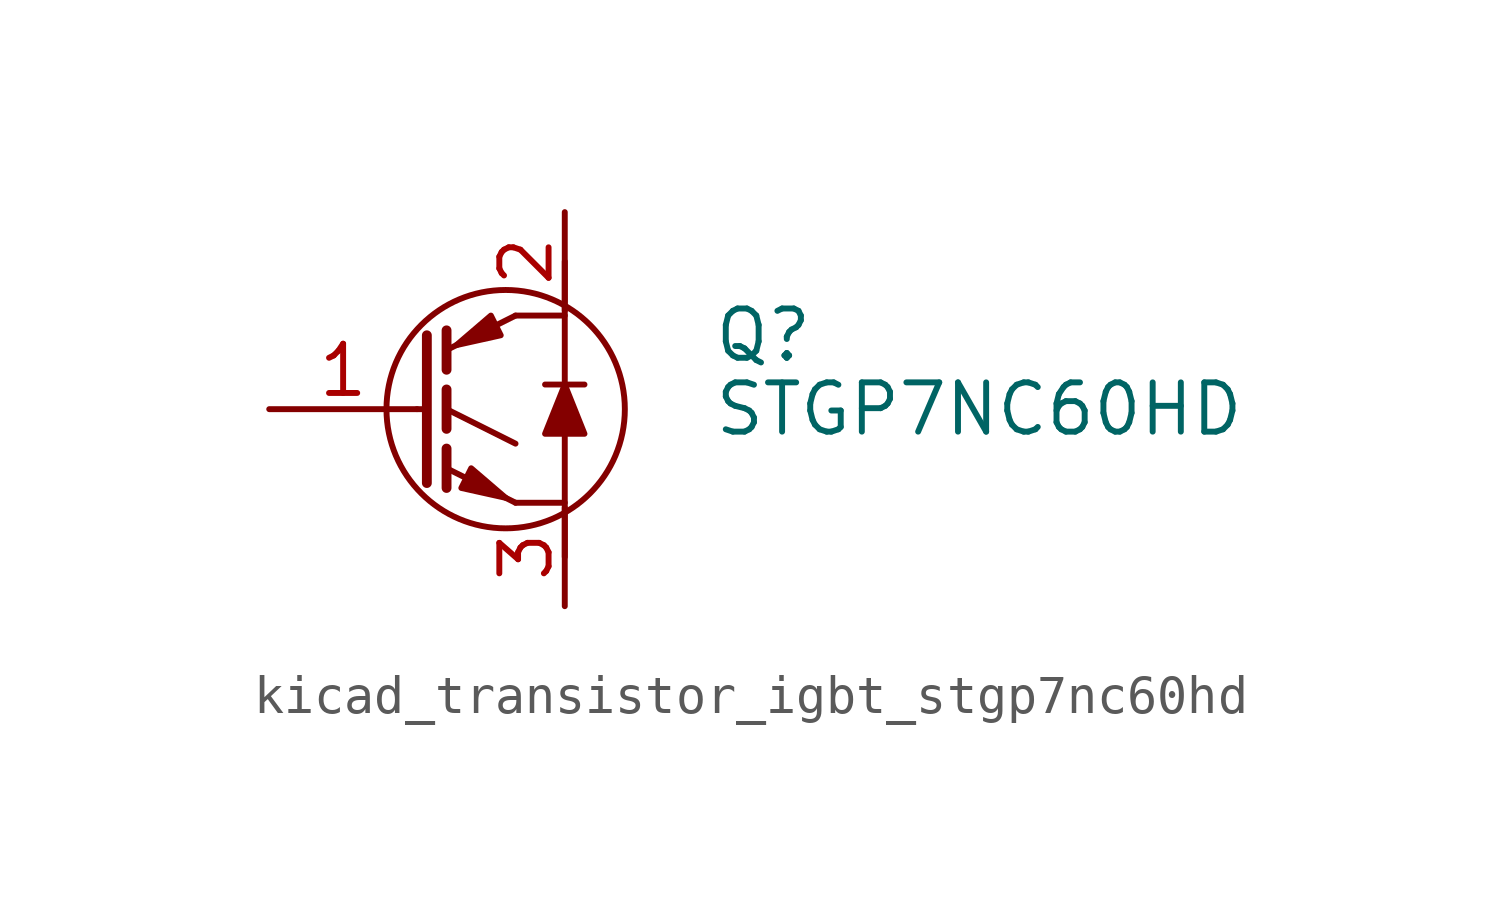
<source format=kicad_sym>
(kicad_symbol_lib
  (version 20220914)
  (generator kicad_symbol_editor)
  (symbol "kicad_transistor_igbt_stgp7nc60hd"
    (pin_names
      (offset 0) hide)
    (property "Reference" "Q"
      (at 6.35 1.905 0)
      (effects (font (size 1.27 1.27)) (justify left)))
    (property "Value" "STGP7NC60HD"
      (at 6.35 0 0)
      (effects (font (size 1.27 1.27)) (justify left)))
    (symbol "kicad_transistor_igbt_stgp7nc60hd_0_1"
      (polyline (pts (xy -1.27 0) (xy -1.016 0)) (stroke (width 0) (type default)) (fill (type none)))
      (polyline (pts (xy 1.27 -2.413) (xy 2.54 -2.413)) (stroke (width 0) (type default)) (fill (type none)))
      (polyline (pts (xy 1.27 2.413) (xy 2.54 2.413)) (stroke (width 0) (type default)) (fill (type none)))
      (polyline (pts (xy 2.032 0.635) (xy 3.048 0.635)) (stroke (width 0) (type default)) (fill (type none)))
      (polyline (pts (xy 2.54 3.81) (xy 2.54 -3.81)) (stroke (width 0) (type default)) (fill (type none)))
      (polyline (pts (xy 2.54 0.635) (xy 2.032 -0.635) (xy 3.048 -0.635) (xy 2.54 0.635)) (stroke (width 0) (type default)) (fill (type outline)))
      (circle (center 1.016 0) (radius 3.073) (stroke (width 0) (type default)) (fill (type none))))
    (symbol "kicad_transistor_igbt_stgp7nc60hd_1_1"
      (polyline (pts (xy -0.508 -1.016) (xy -0.508 -2.032)) (stroke (width 0.254) (type default)) (fill (type none)))
      (polyline (pts (xy -0.508 0.508) (xy -0.508 -0.508)) (stroke (width 0.254) (type default)) (fill (type none)))
      (polyline (pts (xy -0.508 2.032) (xy -0.508 1.016)) (stroke (width 0.254) (type default)) (fill (type none)))
      (polyline (pts (xy 1.27 -2.413) (xy -0.508 -1.524)) (stroke (width 0) (type default)) (fill (type none)))
      (polyline (pts (xy 1.27 -0.889) (xy -0.508 0)) (stroke (width 0) (type default)) (fill (type none)))
      (polyline (pts (xy 1.27 2.413) (xy -0.508 1.524)) (stroke (width 0) (type default)) (fill (type none)))
      (polyline (pts (xy -1.016 1.905) (xy -1.016 -1.905) (xy -1.016 -1.905)) (stroke (width 0.254) (type default)) (fill (type none)))
      (polyline (pts (xy -0.127 -2.032) (xy 0.127 -1.524) (xy 1.016 -2.286) (xy -0.127 -2.032)) (stroke (width 0) (type default)) (fill (type outline)))
      (polyline (pts (xy 0.889 1.905) (xy 0.635 2.413) (xy -0.254 1.651) (xy 0.889 1.905)) (stroke (width 0) (type default)) (fill (type outline)))
      (pin input line (at -5.08 0 0) (length 3.81) (name "G" (effects (font (size 1.27 1.27)))) (number "1" (effects (font (size 1.27 1.27)))))
      (pin passive line (at 2.54 5.08 270) (length 2.54) (name "C" (effects (font (size 1.27 1.27)))) (number "2" (effects (font (size 1.27 1.27)))))
      (pin passive line (at 2.54 -5.08 90) (length 2.54) (name "E" (effects (font (size 1.27 1.27)))) (number "3" (effects (font (size 1.27 1.27))))))))
</source>
